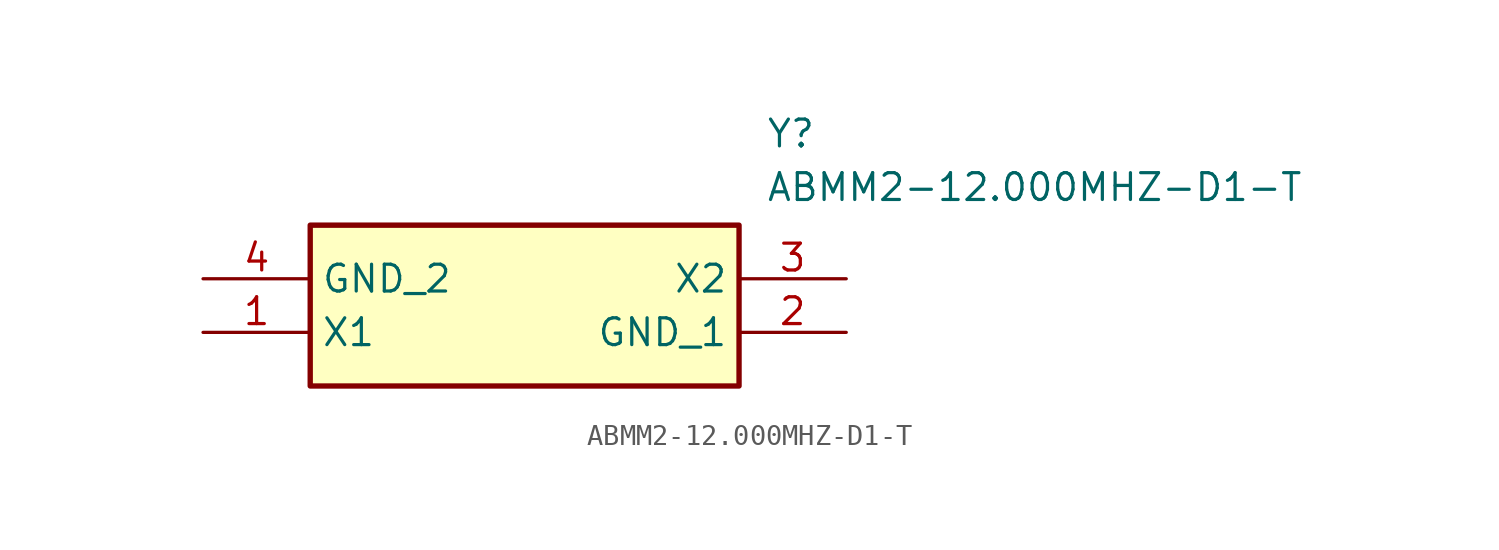
<source format=kicad_sym>
(kicad_symbol_lib
  (version 20211014)
  (generator SamacSys_ECAD_Model)
  (symbol "ABMM2-12.000MHZ-D1-T"
    (property "Reference" "Y"
      (at 26.67 7.62 0)
      (effects (font (size 1.27 1.27)) (justify left top)))
    (property "Value" "ABMM2-12.000MHZ-D1-T"
      (at 26.67 5.08 0)
      (effects (font (size 1.27 1.27)) (justify left top)))
    (rectangle
      (start 5.08 2.54)
      (end 25.4 -5.08)
      (stroke (width 0.254) (type default))
      (fill (type background)))
    (pin passive line
      (at 0 -2.54 0)
      (length 5.08)
      (name "X1" (effects (font (size 1.27 1.27))))
      (number "1" (effects (font (size 1.27 1.27)))))
    (pin passive line
      (at 30.48 -2.54 180)
      (length 5.08)
      (name "GND_1" (effects (font (size 1.27 1.27))))
      (number "2" (effects (font (size 1.27 1.27)))))
    (pin passive line
      (at 30.48 0 180)
      (length 5.08)
      (name "X2" (effects (font (size 1.27 1.27))))
      (number "3" (effects (font (size 1.27 1.27)))))
    (pin passive line
      (at 0 0 0)
      (length 5.08)
      (name "GND_2" (effects (font (size 1.27 1.27))))
      (number "4" (effects (font (size 1.27 1.27)))))))
</source>
